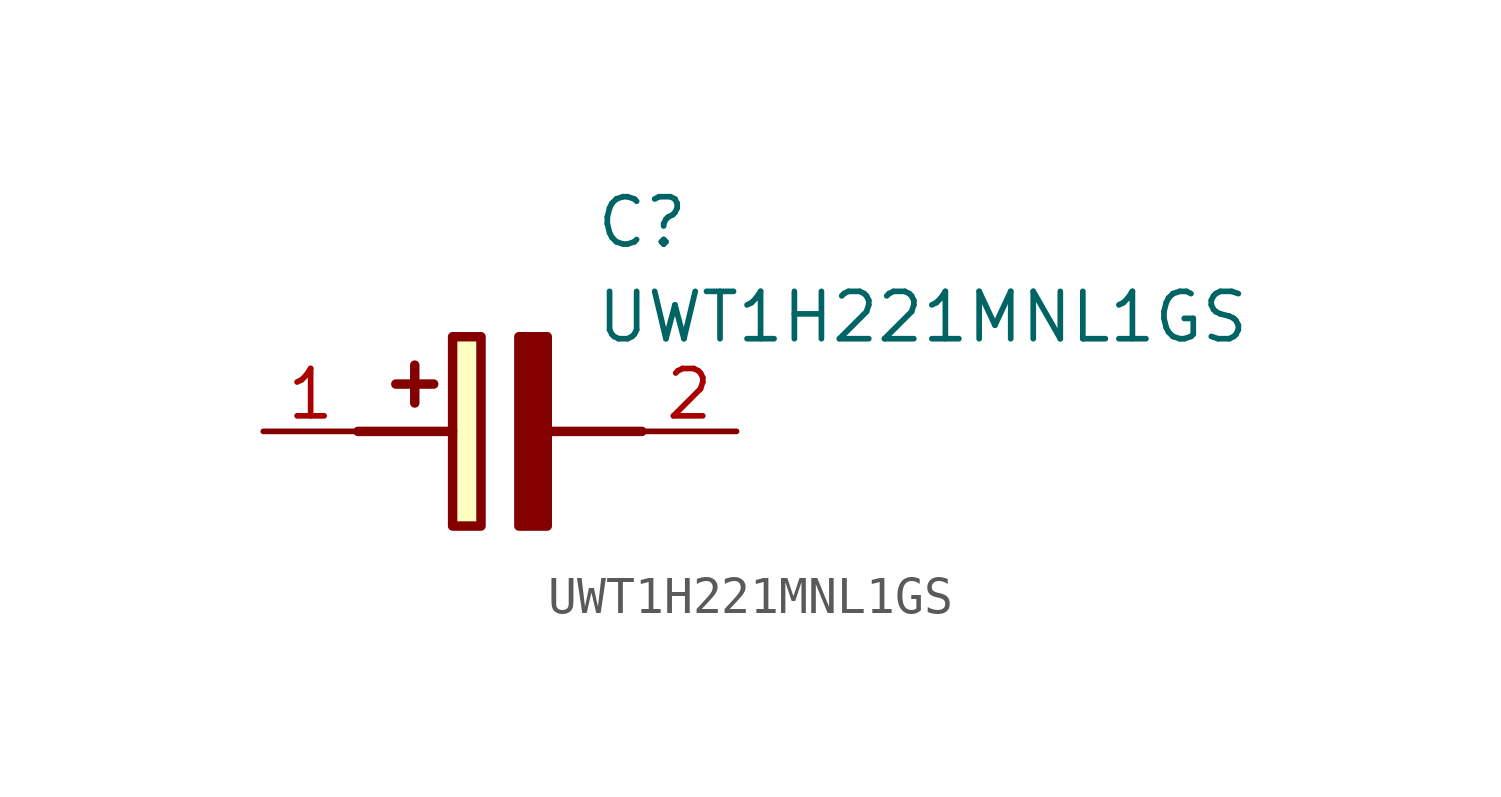
<source format=kicad_sym>
(kicad_symbol_lib
  (version 20211014)
  (generator SamacSys_ECAD_Model)
  (symbol "UWT1H221MNL1GS"
    (pin_names hide)
    (property "Reference" "C"
      (at 8.89 6.35 0)
      (effects (font (size 1.27 1.27)) (justify left top)))
    (property "Value" "UWT1H221MNL1GS"
      (at 8.89 3.81 0)
      (effects (font (size 1.27 1.27)) (justify left top)))
    (rectangle
      (start 5.08 2.54)
      (end 5.842 -2.54)
      (stroke (width 0.254) (type default))
      (fill (type background)))
    (polyline
      (pts (xy 4.572 1.27) (xy 3.556 1.27))
      (stroke (width 0.254) (type default))
      (fill (type none)))
    (polyline
      (pts (xy 4.064 1.778) (xy 4.064 0.762))
      (stroke (width 0.254) (type default))
      (fill (type none)))
    (polyline
      (pts (xy 2.54 0) (xy 5.08 0))
      (stroke (width 0.254) (type default))
      (fill (type none)))
    (polyline
      (pts (xy 7.62 0) (xy 10.16 0))
      (stroke (width 0.254) (type default))
      (fill (type none)))
    (polyline
      (pts (xy 7.62 2.54) (xy 7.62 -2.54) (xy 6.858 -2.54) (xy 6.858 2.54) (xy 7.62 2.54))
      (stroke (width 0.254) (type default))
      (fill (type outline)))
    (pin passive line
      (at 0 0 0)
      (length 2.54)
      (name "+" (effects (font (size 1.27 1.27))))
      (number "1" (effects (font (size 1.27 1.27)))))
    (pin passive line
      (at 12.7 0 180)
      (length 2.54)
      (name "-" (effects (font (size 1.27 1.27))))
      (number "2" (effects (font (size 1.27 1.27)))))))
</source>
